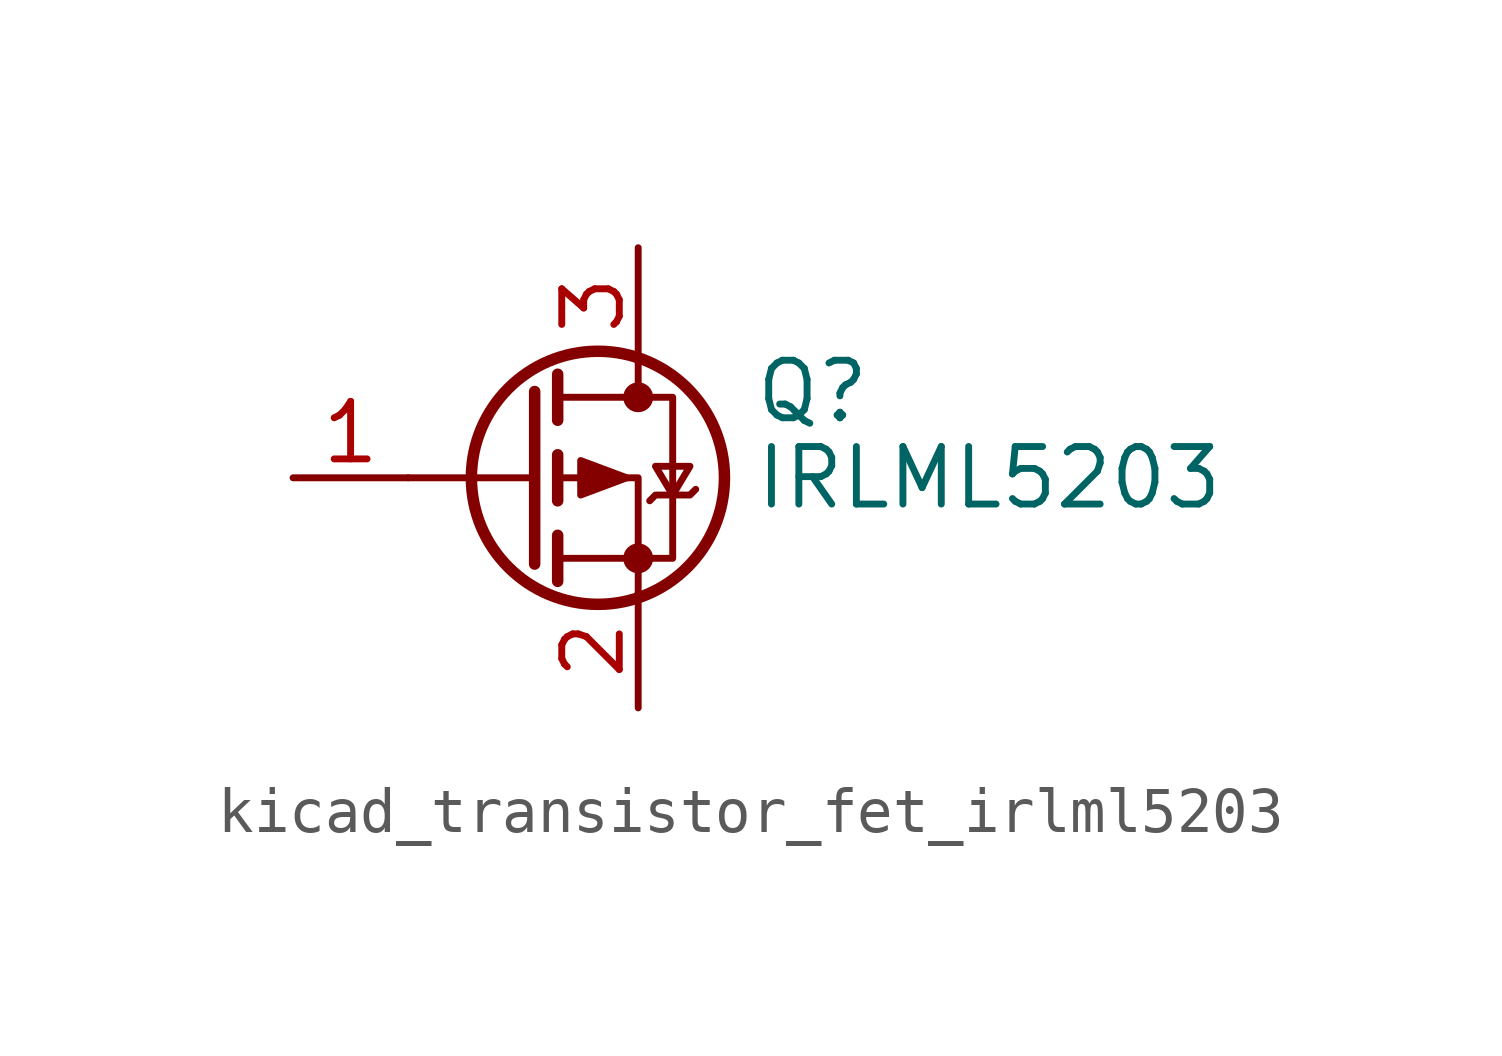
<source format=kicad_sym>
(kicad_symbol_lib
  (version 20220914)
  (generator kicad_symbol_editor)
  (symbol "kicad_transistor_fet_irlml5203"
    (pin_names hide)
    (property "Reference" "Q"
      (at 5.08 1.905 0)
      (effects (font (size 1.27 1.27)) (justify left)))
    (property "Value" "IRLML5203"
      (at 5.08 0 0)
      (effects (font (size 1.27 1.27)) (justify left)))
    (symbol "kicad_transistor_fet_irlml5203_0_1"
      (polyline (pts (xy 0.254 0) (xy -2.54 0)) (stroke (width 0) (type default)) (fill (type none)))
      (polyline (pts (xy 0.254 1.905) (xy 0.254 -1.905)) (stroke (width 0.254) (type default)) (fill (type none)))
      (polyline (pts (xy 0.762 -1.27) (xy 0.762 -2.286)) (stroke (width 0.254) (type default)) (fill (type none)))
      (polyline (pts (xy 0.762 0.508) (xy 0.762 -0.508)) (stroke (width 0.254) (type default)) (fill (type none)))
      (polyline (pts (xy 0.762 2.286) (xy 0.762 1.27)) (stroke (width 0.254) (type default)) (fill (type none)))
      (polyline (pts (xy 2.54 2.54) (xy 2.54 1.778)) (stroke (width 0) (type default)) (fill (type none)))
      (polyline (pts (xy 2.54 -2.54) (xy 2.54 0) (xy 0.762 0)) (stroke (width 0) (type default)) (fill (type none)))
      (polyline (pts (xy 0.762 1.778) (xy 3.302 1.778) (xy 3.302 -1.778) (xy 0.762 -1.778)) (stroke (width 0) (type default)) (fill (type none)))
      (polyline (pts (xy 2.286 0) (xy 1.27 0.381) (xy 1.27 -0.381) (xy 2.286 0)) (stroke (width 0) (type default)) (fill (type outline)))
      (polyline (pts (xy 2.794 -0.508) (xy 2.921 -0.381) (xy 3.683 -0.381) (xy 3.81 -0.254)) (stroke (width 0) (type default)) (fill (type none)))
      (polyline (pts (xy 3.302 -0.381) (xy 2.921 0.254) (xy 3.683 0.254) (xy 3.302 -0.381)) (stroke (width 0) (type default)) (fill (type none)))
      (circle (center 1.651 0) (radius 2.794) (stroke (width 0.254) (type default)) (fill (type none)))
      (circle (center 2.54 -1.778) (radius 0.254) (stroke (width 0) (type default)) (fill (type outline)))
      (circle (center 2.54 1.778) (radius 0.254) (stroke (width 0) (type default)) (fill (type outline))))
    (symbol "kicad_transistor_fet_irlml5203_1_1"
      (pin input line (at -5.08 0 0) (length 2.54) (name "G" (effects (font (size 1.27 1.27)))) (number "1" (effects (font (size 1.27 1.27)))))
      (pin passive line (at 2.54 -5.08 90) (length 2.54) (name "S" (effects (font (size 1.27 1.27)))) (number "2" (effects (font (size 1.27 1.27)))))
      (pin passive line (at 2.54 5.08 270) (length 2.54) (name "D" (effects (font (size 1.27 1.27)))) (number "3" (effects (font (size 1.27 1.27))))))))
</source>
